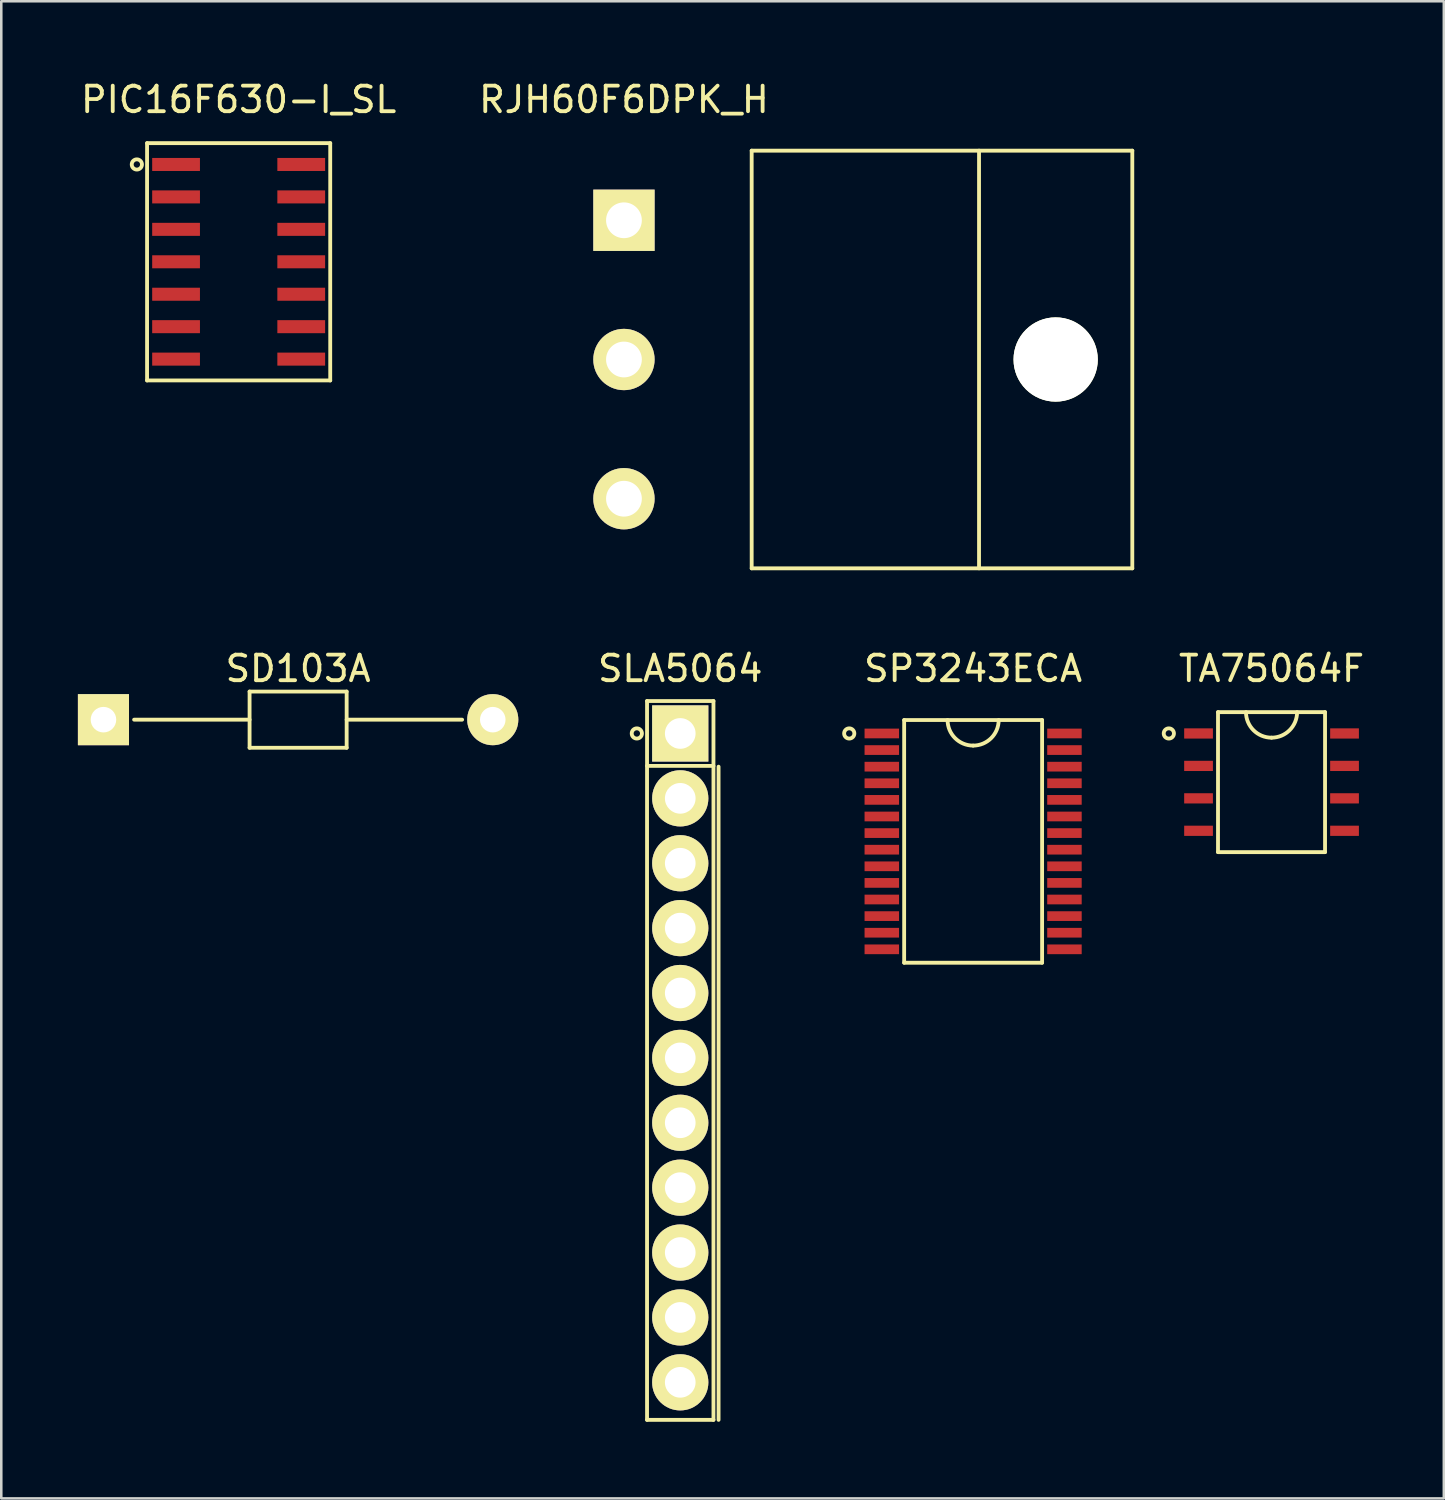
<source format=kicad_pcb>
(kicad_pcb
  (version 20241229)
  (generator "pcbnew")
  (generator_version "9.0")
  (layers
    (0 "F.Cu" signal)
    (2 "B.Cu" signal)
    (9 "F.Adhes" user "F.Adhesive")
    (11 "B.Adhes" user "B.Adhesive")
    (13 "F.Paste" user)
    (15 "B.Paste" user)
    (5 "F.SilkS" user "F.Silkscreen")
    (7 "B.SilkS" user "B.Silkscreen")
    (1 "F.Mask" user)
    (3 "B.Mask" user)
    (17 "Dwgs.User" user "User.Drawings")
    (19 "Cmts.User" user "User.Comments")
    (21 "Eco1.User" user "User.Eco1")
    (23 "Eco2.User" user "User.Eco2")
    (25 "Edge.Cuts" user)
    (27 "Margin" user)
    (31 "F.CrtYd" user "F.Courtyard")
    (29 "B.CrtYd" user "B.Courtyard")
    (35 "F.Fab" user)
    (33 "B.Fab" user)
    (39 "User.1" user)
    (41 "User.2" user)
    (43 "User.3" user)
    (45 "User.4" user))
  (footprint "SLA5064"
    (layer "F.Cu")
    (at 23.579 25.662)
    (property "Reference" "SLA5064" (at 0 -2.54 0) (layer "F.SilkS") (effects (font (size 1 1) (thickness 0.15))))
    (attr through_hole)
    (fp_line (start -1.3 -1.27) (end 1.3 -1.27) (stroke (width 0.15) (type solid)) (layer "F.SilkS"))
    (fp_line (start -1.3 1.27) (end 1.3 1.27) (stroke (width 0.15) (type solid)) (layer "F.SilkS"))
    (fp_line (start -1.3 26.87) (end -1.3 -1.27) (stroke (width 0.15) (type solid)) (layer "F.SilkS"))
    (fp_line (start 1.3 -1.27) (end 1.3 26.87) (stroke (width 0.15) (type solid)) (layer "F.SilkS"))
    (fp_line (start 1.3 26.87) (end -1.3 26.87) (stroke (width 0.15) (type solid)) (layer "F.SilkS"))
    (fp_line (start 1.5 1.3) (end 1.5 26.87) (stroke (width 0.15) (type solid)) (layer "F.SilkS"))
    (fp_circle (center -1.7 0) (end -1.7 0.2) (stroke (width 0.15) (type solid)) (fill no) (layer "F.SilkS"))
    (pad "1" thru_hole rect (at 0 0) (size 2.2 2.2) (drill 1.2) (layers "*.Cu" "*.Mask" "F.SilkS"))
    (pad "2" thru_hole circle (at 0 2.54) (size 2.2 2.2) (drill 1.2) (layers "*.Cu" "*.Mask" "F.SilkS"))
    (pad "3" thru_hole circle (at 0 5.08) (size 2.2 2.2) (drill 1.2) (layers "*.Cu" "*.Mask" "F.SilkS"))
    (pad "4" thru_hole circle (at 0 7.62) (size 2.2 2.2) (drill 1.2) (layers "*.Cu" "*.Mask" "F.SilkS"))
    (pad "5" thru_hole circle (at 0 10.16) (size 2.2 2.2) (drill 1.2) (layers "*.Cu" "*.Mask" "F.SilkS"))
    (pad "6" thru_hole circle (at 0 12.7) (size 2.2 2.2) (drill 1.2) (layers "*.Cu" "*.Mask" "F.SilkS"))
    (pad "7" thru_hole circle (at 0 15.24) (size 2.2 2.2) (drill 1.2) (layers "*.Cu" "*.Mask" "F.SilkS"))
    (pad "8" thru_hole circle (at 0 17.78) (size 2.2 2.2) (drill 1.2) (layers "*.Cu" "*.Mask" "F.SilkS"))
    (pad "9" thru_hole circle (at 0 20.32) (size 2.2 2.2) (drill 1.2) (layers "*.Cu" "*.Mask" "F.SilkS"))
    (pad "10" thru_hole circle (at 0 22.86) (size 2.2 2.2) (drill 1.2) (layers "*.Cu" "*.Mask" "F.SilkS"))
    (pad "11" thru_hole circle (at 0 25.4) (size 2.2 2.2) (drill 1.2) (layers "*.Cu" "*.Mask" "F.SilkS")))
  (footprint "TA75064F"
    (layer "F.Cu")
    (at 43.868 25.662)
    (property "Reference" "TA75064F" (at 2.857 -2.54 0) (layer "F.SilkS") (effects (font (size 1 1) (thickness 0.15))))
    (attr through_hole)
    (fp_line (start 0.762 -0.835) (end 4.952 -0.835) (stroke (width 0.15) (type solid)) (layer "F.SilkS"))
    (fp_line (start 0.762 4.645) (end 0.762 -0.835) (stroke (width 0.15) (type solid)) (layer "F.SilkS"))
    (fp_line (start 4.952 -0.835) (end 4.952 4.645) (stroke (width 0.15) (type solid)) (layer "F.SilkS"))
    (fp_line (start 4.952 4.645) (end 0.762 4.645) (stroke (width 0.15) (type solid)) (layer "F.SilkS"))
    (fp_arc (start 2.8575 0.165) (mid 2.150393 -0.127893) (end 1.8575 -0.835) (stroke (width 0.15) (type solid)) (layer "F.SilkS"))
    (fp_arc (start 3.8575 -0.835) (mid 3.564607 -0.127893) (end 2.8575 0.165) (stroke (width 0.15) (type solid)) (layer "F.SilkS"))
    (fp_circle (center -1.163 0) (end -1.163 0.2) (stroke (width 0.15) (type solid)) (fill no) (layer "F.SilkS"))
    (pad "1" smd rect (at 0 0) (size 1.125 0.4) (layers "F.Cu" "F.Mask" "F.Paste"))
    (pad "2" smd rect (at 0 1.27) (size 1.125 0.4) (layers "F.Cu" "F.Mask" "F.Paste"))
    (pad "3" smd rect (at 0 2.54) (size 1.125 0.4) (layers "F.Cu" "F.Mask" "F.Paste"))
    (pad "4" smd rect (at 0 3.81) (size 1.125 0.4) (layers "F.Cu" "F.Mask" "F.Paste"))
    (pad "5" smd rect (at 5.715 3.81) (size 1.125 0.4) (layers "F.Cu" "F.Mask" "F.Paste"))
    (pad "6" smd rect (at 5.715 2.54) (size 1.125 0.4) (layers "F.Cu" "F.Mask" "F.Paste"))
    (pad "7" smd rect (at 5.715 1.27) (size 1.125 0.4) (layers "F.Cu" "F.Mask" "F.Paste"))
    (pad "8" smd rect (at 5.715 0) (size 1.125 0.4) (layers "F.Cu" "F.Mask" "F.Paste")))
  (footprint "RJH60F6DPK_H"
    (layer "F.Cu")
    (at 21.375 5.573)
    (property "Reference" "RJH60F6DPK_H" (at 0 -4.725 0) (layer "F.SilkS") (effects (font (size 1 1) (thickness 0.15))))
    (attr through_hole)
    (fp_line (start 5 -2.725) (end 5 13.625) (stroke (width 0.15) (type solid)) (layer "F.SilkS"))
    (fp_line (start 5 -2.725) (end 19.9 -2.725) (stroke (width 0.15) (type solid)) (layer "F.SilkS"))
    (fp_line (start 5 13.625) (end 19.9 13.625) (stroke (width 0.15) (type solid)) (layer "F.SilkS"))
    (fp_line (start 13.9 -2.725) (end 13.9 13.625) (stroke (width 0.15) (type solid)) (layer "F.SilkS"))
    (fp_line (start 19.9 -2.725) (end 19.9 13.625) (stroke (width 0.15) (type solid)) (layer "F.SilkS"))
    (pad "" np_thru_hole circle (at 16.9 5.45) (size 3.3 3.3) (drill 3.3) (layers "*.Cu" "*.Mask" "F.SilkS"))
    (pad "1" thru_hole rect (at 0 0) (size 2.4 2.4) (drill 1.4) (layers "*.Cu" "*.Mask" "F.SilkS"))
    (pad "2" thru_hole circle (at 0 5.45) (size 2.4 2.4) (drill 1.4) (layers "*.Cu" "*.Mask" "F.SilkS"))
    (pad "3" thru_hole circle (at 0 10.9) (size 2.4 2.4) (drill 1.4) (layers "*.Cu" "*.Mask" "F.SilkS")))
  (footprint "SD103A"
    (layer "F.Cu")
    (at 1 25.122)
    (property "Reference" "SD103A" (at 7.62 -2 0) (layer "F.SilkS") (effects (font (size 1 1) (thickness 0.15))))
    (attr through_hole)
    (fp_line (start 1.2 0) (end 5.72 0) (stroke (width 0.15) (type solid)) (layer "F.SilkS"))
    (fp_line (start 5.72 -1.1) (end 5.72 1.1) (stroke (width 0.15) (type solid)) (layer "F.SilkS"))
    (fp_line (start 5.72 -1.1) (end 9.52 -1.1) (stroke (width 0.15) (type solid)) (layer "F.SilkS"))
    (fp_line (start 5.72 1.1) (end 9.52 1.1) (stroke (width 0.15) (type solid)) (layer "F.SilkS"))
    (fp_line (start 9.52 0) (end 14.04 0) (stroke (width 0.15) (type solid)) (layer "F.SilkS"))
    (fp_line (start 9.52 1.1) (end 9.52 -1.1) (stroke (width 0.15) (type solid)) (layer "F.SilkS"))
    (pad "1" thru_hole rect (at 0 0) (size 2 2) (drill 1) (layers "*.Cu" "*.Mask" "F.SilkS"))
    (pad "2" thru_hole circle (at 15.24 0) (size 2 2) (drill 1) (layers "*.Cu" "*.Mask" "F.SilkS")))
  (footprint "PIC16F630-I_SL"
    (layer "F.Cu")
    (at 3.842 3.388)
    (property "Reference" "PIC16F630-I_SL" (at 2.45 -2.54 0) (layer "F.SilkS") (effects (font (size 1 1) (thickness 0.15))))
    (attr through_hole)
    (fp_line (start -1.135 -0.835) (end 6.035 -0.835) (stroke (width 0.15) (type solid)) (layer "F.SilkS"))
    (fp_line (start -1.135 8.455) (end -1.135 -0.835) (stroke (width 0.15) (type solid)) (layer "F.SilkS"))
    (fp_line (start 6.035 -0.835) (end 6.035 8.455) (stroke (width 0.15) (type solid)) (layer "F.SilkS"))
    (fp_line (start 6.035 8.455) (end -1.135 8.455) (stroke (width 0.15) (type solid)) (layer "F.SilkS"))
    (fp_circle (center -1.535 0) (end -1.535 0.2) (stroke (width 0.15) (type solid)) (fill no) (layer "F.SilkS"))
    (pad "1" smd rect (at 0 0) (size 1.87 0.51) (layers "F.Cu" "F.Mask" "F.Paste"))
    (pad "2" smd rect (at 0 1.27) (size 1.87 0.51) (layers "F.Cu" "F.Mask" "F.Paste"))
    (pad "3" smd rect (at 0 2.54) (size 1.87 0.51) (layers "F.Cu" "F.Mask" "F.Paste"))
    (pad "4" smd rect (at 0 3.81) (size 1.87 0.51) (layers "F.Cu" "F.Mask" "F.Paste"))
    (pad "5" smd rect (at 0 5.08) (size 1.87 0.51) (layers "F.Cu" "F.Mask" "F.Paste"))
    (pad "6" smd rect (at 0 6.35) (size 1.87 0.51) (layers "F.Cu" "F.Mask" "F.Paste"))
    (pad "7" smd rect (at 0 7.62) (size 1.87 0.51) (layers "F.Cu" "F.Mask" "F.Paste"))
    (pad "8" smd rect (at 4.9 7.62) (size 1.87 0.51) (layers "F.Cu" "F.Mask" "F.Paste"))
    (pad "9" smd rect (at 4.9 6.35) (size 1.87 0.51) (layers "F.Cu" "F.Mask" "F.Paste"))
    (pad "10" smd rect (at 4.9 5.08) (size 1.87 0.51) (layers "F.Cu" "F.Mask" "F.Paste"))
    (pad "11" smd rect (at 4.9 3.81) (size 1.87 0.51) (layers "F.Cu" "F.Mask" "F.Paste"))
    (pad "12" smd rect (at 4.9 2.54) (size 1.87 0.51) (layers "F.Cu" "F.Mask" "F.Paste"))
    (pad "13" smd rect (at 4.9 1.27) (size 1.87 0.51) (layers "F.Cu" "F.Mask" "F.Paste"))
    (pad "14" smd rect (at 4.9 0) (size 1.87 0.51) (layers "F.Cu" "F.Mask" "F.Paste")))
  (footprint "SP3243ECA"
    (layer "F.Cu")
    (at 31.469 25.662)
    (property "Reference" "SP3243ECA" (at 3.575 -2.54 0) (layer "F.SilkS") (effects (font (size 1 1) (thickness 0.15))))
    (attr through_hole)
    (fp_line (start 0.875 -0.525) (end 6.275 -0.525) (stroke (width 0.15) (type solid)) (layer "F.SilkS"))
    (fp_line (start 0.875 8.975) (end 0.875 -0.525) (stroke (width 0.15) (type solid)) (layer "F.SilkS"))
    (fp_line (start 6.275 -0.525) (end 6.275 8.975) (stroke (width 0.15) (type solid)) (layer "F.SilkS"))
    (fp_line (start 6.275 8.975) (end 0.875 8.975) (stroke (width 0.15) (type solid)) (layer "F.SilkS"))
    (fp_arc (start 3.575 0.475) (mid 2.867893 0.182107) (end 2.575 -0.525) (stroke (width 0.15) (type solid)) (layer "F.SilkS"))
    (fp_arc (start 4.575 -0.525) (mid 4.282107 0.182107) (end 3.575 0.475) (stroke (width 0.15) (type solid)) (layer "F.SilkS"))
    (fp_circle (center -1.275 0) (end -1.275 0.2) (stroke (width 0.15) (type solid)) (fill no) (layer "F.SilkS"))
    (pad "1" smd rect (at 0 0) (size 1.35 0.38) (layers "F.Cu" "F.Mask" "F.Paste"))
    (pad "2" smd rect (at 0 0.65) (size 1.35 0.38) (layers "F.Cu" "F.Mask" "F.Paste"))
    (pad "3" smd rect (at 0 1.3) (size 1.35 0.38) (layers "F.Cu" "F.Mask" "F.Paste"))
    (pad "4" smd rect (at 0 1.95) (size 1.35 0.38) (layers "F.Cu" "F.Mask" "F.Paste"))
    (pad "5" smd rect (at 0 2.6) (size 1.35 0.38) (layers "F.Cu" "F.Mask" "F.Paste"))
    (pad "6" smd rect (at 0 3.25) (size 1.35 0.38) (layers "F.Cu" "F.Mask" "F.Paste"))
    (pad "7" smd rect (at 0 3.9) (size 1.35 0.38) (layers "F.Cu" "F.Mask" "F.Paste"))
    (pad "8" smd rect (at 0 4.55) (size 1.35 0.38) (layers "F.Cu" "F.Mask" "F.Paste"))
    (pad "9" smd rect (at 0 5.2) (size 1.35 0.38) (layers "F.Cu" "F.Mask" "F.Paste"))
    (pad "10" smd rect (at 0 5.85) (size 1.35 0.38) (layers "F.Cu" "F.Mask" "F.Paste"))
    (pad "11" smd rect (at 0 6.5) (size 1.35 0.38) (layers "F.Cu" "F.Mask" "F.Paste"))
    (pad "12" smd rect (at 0 7.15) (size 1.35 0.38) (layers "F.Cu" "F.Mask" "F.Paste"))
    (pad "13" smd rect (at 0 7.8) (size 1.35 0.38) (layers "F.Cu" "F.Mask" "F.Paste"))
    (pad "14" smd rect (at 0 8.45) (size 1.35 0.38) (layers "F.Cu" "F.Mask" "F.Paste"))
    (pad "15" smd rect (at 7.15 8.45) (size 1.35 0.38) (layers "F.Cu" "F.Mask" "F.Paste"))
    (pad "16" smd rect (at 7.15 7.8) (size 1.35 0.38) (layers "F.Cu" "F.Mask" "F.Paste"))
    (pad "17" smd rect (at 7.15 7.15) (size 1.35 0.38) (layers "F.Cu" "F.Mask" "F.Paste"))
    (pad "18" smd rect (at 7.15 6.5) (size 1.35 0.38) (layers "F.Cu" "F.Mask" "F.Paste"))
    (pad "19" smd rect (at 7.15 5.85) (size 1.35 0.38) (layers "F.Cu" "F.Mask" "F.Paste"))
    (pad "20" smd rect (at 7.15 5.2) (size 1.35 0.38) (layers "F.Cu" "F.Mask" "F.Paste"))
    (pad "21" smd rect (at 7.15 4.55) (size 1.35 0.38) (layers "F.Cu" "F.Mask" "F.Paste"))
    (pad "22" smd rect (at 7.15 3.9) (size 1.35 0.38) (layers "F.Cu" "F.Mask" "F.Paste"))
    (pad "23" smd rect (at 7.15 3.25) (size 1.35 0.38) (layers "F.Cu" "F.Mask" "F.Paste"))
    (pad "24" smd rect (at 7.15 2.6) (size 1.35 0.38) (layers "F.Cu" "F.Mask" "F.Paste"))
    (pad "25" smd rect (at 7.15 1.95) (size 1.35 0.38) (layers "F.Cu" "F.Mask" "F.Paste"))
    (pad "26" smd rect (at 7.15 1.3) (size 1.35 0.38) (layers "F.Cu" "F.Mask" "F.Paste"))
    (pad "27" smd rect (at 7.15 0.65) (size 1.35 0.38) (layers "F.Cu" "F.Mask" "F.Paste"))
    (pad "28" smd rect (at 7.15 0) (size 1.35 0.38) (layers "F.Cu" "F.Mask" "F.Paste")))
  (gr_rect
    (start -3 -3)
    (end 53.47 55.606)
    (stroke (width 0.1) (type default))
    (fill no)
    (layer "Edge.Cuts")))
</source>
